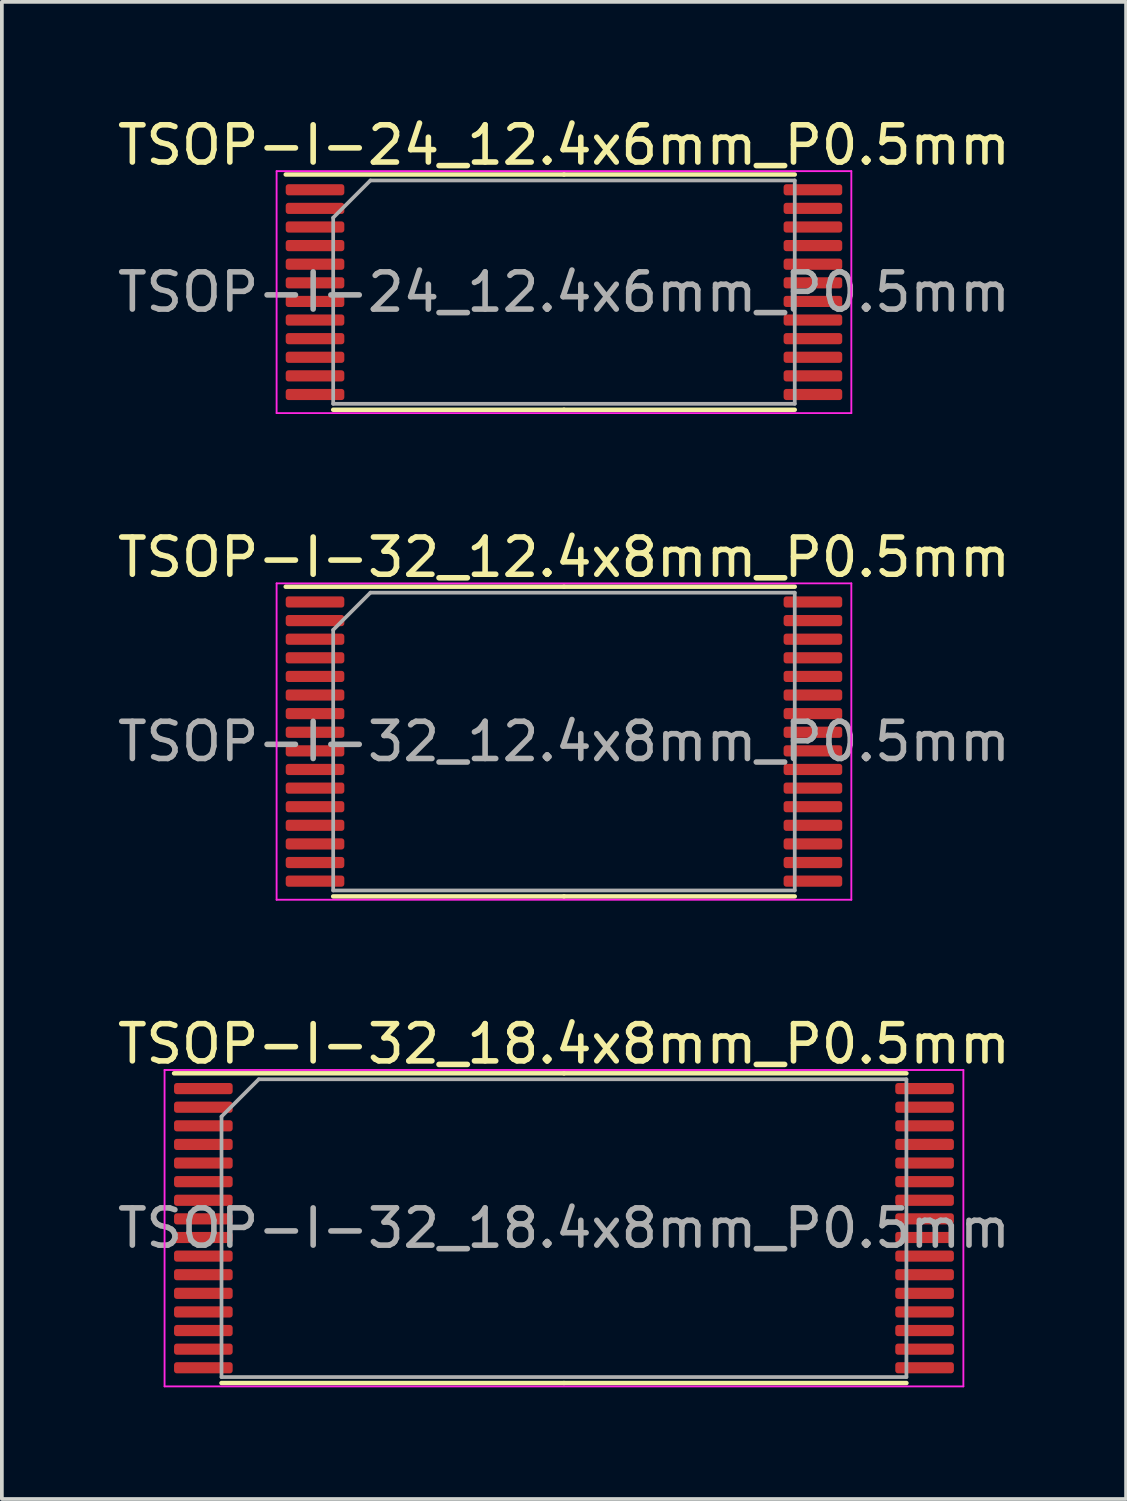
<source format=kicad_pcb>
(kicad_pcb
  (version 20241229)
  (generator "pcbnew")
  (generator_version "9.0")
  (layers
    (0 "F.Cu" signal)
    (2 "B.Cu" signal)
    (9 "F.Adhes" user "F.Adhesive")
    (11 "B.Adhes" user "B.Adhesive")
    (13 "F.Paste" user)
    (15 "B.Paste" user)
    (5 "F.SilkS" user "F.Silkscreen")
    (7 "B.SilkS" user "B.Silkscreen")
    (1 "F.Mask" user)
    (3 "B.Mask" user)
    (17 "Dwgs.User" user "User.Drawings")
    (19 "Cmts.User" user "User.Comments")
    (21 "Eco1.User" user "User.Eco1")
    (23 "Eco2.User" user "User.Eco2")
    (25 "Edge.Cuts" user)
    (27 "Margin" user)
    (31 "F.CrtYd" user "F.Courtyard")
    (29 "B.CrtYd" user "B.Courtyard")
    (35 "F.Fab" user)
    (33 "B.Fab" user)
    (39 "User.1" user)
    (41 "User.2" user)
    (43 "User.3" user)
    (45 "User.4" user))
  (footprint "TSOP-I-24_12.4x6mm_P0.5mm"
    (layer "F.Cu")
    (at 12.101 4.798)
    (property "Reference" "TSOP-I-24_12.4x6mm_P0.5mm" (at 0 -3.95 0) (layer "F.SilkS") (effects (font (size 1 1) (thickness 0.15))))
    (attr smd)
    (fp_line (start 0 -3.16) (end -7.475 -3.16) (stroke (width 0.12) (type solid)) (layer "F.SilkS"))
    (fp_line (start 0 -3.16) (end 6.2 -3.16) (stroke (width 0.12) (type solid)) (layer "F.SilkS"))
    (fp_line (start 0 3.16) (end -6.2 3.16) (stroke (width 0.12) (type solid)) (layer "F.SilkS"))
    (fp_line (start 0 3.16) (end 6.2 3.16) (stroke (width 0.12) (type solid)) (layer "F.SilkS"))
    (fp_line (start -7.72 -3.25) (end -7.72 3.25) (stroke (width 0.05) (type solid)) (layer "F.CrtYd"))
    (fp_line (start -7.72 3.25) (end 7.72 3.25) (stroke (width 0.05) (type solid)) (layer "F.CrtYd"))
    (fp_line (start 7.72 -3.25) (end -7.72 -3.25) (stroke (width 0.05) (type solid)) (layer "F.CrtYd"))
    (fp_line (start 7.72 3.25) (end 7.72 -3.25) (stroke (width 0.05) (type solid)) (layer "F.CrtYd"))
    (fp_line (start -6.2 -2) (end -5.2 -3) (stroke (width 0.1) (type solid)) (layer "F.Fab"))
    (fp_line (start -6.2 3) (end -6.2 -2) (stroke (width 0.1) (type solid)) (layer "F.Fab"))
    (fp_line (start -5.2 -3) (end 6.2 -3) (stroke (width 0.1) (type solid)) (layer "F.Fab"))
    (fp_line (start 6.2 -3) (end 6.2 3) (stroke (width 0.1) (type solid)) (layer "F.Fab"))
    (fp_line (start 6.2 3) (end -6.2 3) (stroke (width 0.1) (type solid)) (layer "F.Fab"))
    (fp_text user "${REFERENCE}" (at 0 0 0) (layer "F.Fab") (effects (font (size 1 1) (thickness 0.15))))
    (pad "1" smd roundrect (at -6.688 -2.75) (size 1.575 0.3) (layers "F.Cu" "F.Mask" "F.Paste") (roundrect_rratio 0.25))
    (pad "2" smd roundrect (at -6.688 -2.25) (size 1.575 0.3) (layers "F.Cu" "F.Mask" "F.Paste") (roundrect_rratio 0.25))
    (pad "3" smd roundrect (at -6.688 -1.75) (size 1.575 0.3) (layers "F.Cu" "F.Mask" "F.Paste") (roundrect_rratio 0.25))
    (pad "4" smd roundrect (at -6.688 -1.25) (size 1.575 0.3) (layers "F.Cu" "F.Mask" "F.Paste") (roundrect_rratio 0.25))
    (pad "5" smd roundrect (at -6.688 -0.75) (size 1.575 0.3) (layers "F.Cu" "F.Mask" "F.Paste") (roundrect_rratio 0.25))
    (pad "6" smd roundrect (at -6.688 -0.25) (size 1.575 0.3) (layers "F.Cu" "F.Mask" "F.Paste") (roundrect_rratio 0.25))
    (pad "7" smd roundrect (at -6.688 0.25) (size 1.575 0.3) (layers "F.Cu" "F.Mask" "F.Paste") (roundrect_rratio 0.25))
    (pad "8" smd roundrect (at -6.688 0.75) (size 1.575 0.3) (layers "F.Cu" "F.Mask" "F.Paste") (roundrect_rratio 0.25))
    (pad "9" smd roundrect (at -6.688 1.25) (size 1.575 0.3) (layers "F.Cu" "F.Mask" "F.Paste") (roundrect_rratio 0.25))
    (pad "10" smd roundrect (at -6.688 1.75) (size 1.575 0.3) (layers "F.Cu" "F.Mask" "F.Paste") (roundrect_rratio 0.25))
    (pad "11" smd roundrect (at -6.688 2.25) (size 1.575 0.3) (layers "F.Cu" "F.Mask" "F.Paste") (roundrect_rratio 0.25))
    (pad "12" smd roundrect (at -6.688 2.75) (size 1.575 0.3) (layers "F.Cu" "F.Mask" "F.Paste") (roundrect_rratio 0.25))
    (pad "13" smd roundrect (at 6.688 2.75) (size 1.575 0.3) (layers "F.Cu" "F.Mask" "F.Paste") (roundrect_rratio 0.25))
    (pad "14" smd roundrect (at 6.688 2.25) (size 1.575 0.3) (layers "F.Cu" "F.Mask" "F.Paste") (roundrect_rratio 0.25))
    (pad "15" smd roundrect (at 6.688 1.75) (size 1.575 0.3) (layers "F.Cu" "F.Mask" "F.Paste") (roundrect_rratio 0.25))
    (pad "16" smd roundrect (at 6.688 1.25) (size 1.575 0.3) (layers "F.Cu" "F.Mask" "F.Paste") (roundrect_rratio 0.25))
    (pad "17" smd roundrect (at 6.688 0.75) (size 1.575 0.3) (layers "F.Cu" "F.Mask" "F.Paste") (roundrect_rratio 0.25))
    (pad "18" smd roundrect (at 6.688 0.25) (size 1.575 0.3) (layers "F.Cu" "F.Mask" "F.Paste") (roundrect_rratio 0.25))
    (pad "19" smd roundrect (at 6.688 -0.25) (size 1.575 0.3) (layers "F.Cu" "F.Mask" "F.Paste") (roundrect_rratio 0.25))
    (pad "20" smd roundrect (at 6.688 -0.75) (size 1.575 0.3) (layers "F.Cu" "F.Mask" "F.Paste") (roundrect_rratio 0.25))
    (pad "21" smd roundrect (at 6.688 -1.25) (size 1.575 0.3) (layers "F.Cu" "F.Mask" "F.Paste") (roundrect_rratio 0.25))
    (pad "22" smd roundrect (at 6.688 -1.75) (size 1.575 0.3) (layers "F.Cu" "F.Mask" "F.Paste") (roundrect_rratio 0.25))
    (pad "23" smd roundrect (at 6.688 -2.25) (size 1.575 0.3) (layers "F.Cu" "F.Mask" "F.Paste") (roundrect_rratio 0.25))
    (pad "24" smd roundrect (at 6.688 -2.75) (size 1.575 0.3) (layers "F.Cu" "F.Mask" "F.Paste") (roundrect_rratio 0.25)))
  (footprint "TSOP-I-32_18.4x8mm_P0.5mm"
    (layer "F.Cu")
    (at 12.101 29.945)
    (property "Reference" "TSOP-I-32_18.4x8mm_P0.5mm" (at 0 -4.95 0) (layer "F.SilkS") (effects (font (size 1 1) (thickness 0.15))))
    (attr smd)
    (fp_line (start 0 -4.16) (end -10.475 -4.16) (stroke (width 0.12) (type solid)) (layer "F.SilkS"))
    (fp_line (start 0 -4.16) (end 9.2 -4.16) (stroke (width 0.12) (type solid)) (layer "F.SilkS"))
    (fp_line (start 0 4.16) (end -9.2 4.16) (stroke (width 0.12) (type solid)) (layer "F.SilkS"))
    (fp_line (start 0 4.16) (end 9.2 4.16) (stroke (width 0.12) (type solid)) (layer "F.SilkS"))
    (fp_line (start -10.73 -4.25) (end -10.73 4.25) (stroke (width 0.05) (type solid)) (layer "F.CrtYd"))
    (fp_line (start -10.73 4.25) (end 10.73 4.25) (stroke (width 0.05) (type solid)) (layer "F.CrtYd"))
    (fp_line (start 10.73 -4.25) (end -10.73 -4.25) (stroke (width 0.05) (type solid)) (layer "F.CrtYd"))
    (fp_line (start 10.73 4.25) (end 10.73 -4.25) (stroke (width 0.05) (type solid)) (layer "F.CrtYd"))
    (fp_line (start -9.2 -3) (end -8.2 -4) (stroke (width 0.1) (type solid)) (layer "F.Fab"))
    (fp_line (start -9.2 4) (end -9.2 -3) (stroke (width 0.1) (type solid)) (layer "F.Fab"))
    (fp_line (start -8.2 -4) (end 9.2 -4) (stroke (width 0.1) (type solid)) (layer "F.Fab"))
    (fp_line (start 9.2 -4) (end 9.2 4) (stroke (width 0.1) (type solid)) (layer "F.Fab"))
    (fp_line (start 9.2 4) (end -9.2 4) (stroke (width 0.1) (type solid)) (layer "F.Fab"))
    (fp_text user "${REFERENCE}" (at 0 0 0) (layer "F.Fab") (effects (font (size 1 1) (thickness 0.15))))
    (pad "1" smd roundrect (at -9.688 -3.75) (size 1.575 0.3) (layers "F.Cu" "F.Mask" "F.Paste") (roundrect_rratio 0.25))
    (pad "2" smd roundrect (at -9.688 -3.25) (size 1.575 0.3) (layers "F.Cu" "F.Mask" "F.Paste") (roundrect_rratio 0.25))
    (pad "3" smd roundrect (at -9.688 -2.75) (size 1.575 0.3) (layers "F.Cu" "F.Mask" "F.Paste") (roundrect_rratio 0.25))
    (pad "4" smd roundrect (at -9.688 -2.25) (size 1.575 0.3) (layers "F.Cu" "F.Mask" "F.Paste") (roundrect_rratio 0.25))
    (pad "5" smd roundrect (at -9.688 -1.75) (size 1.575 0.3) (layers "F.Cu" "F.Mask" "F.Paste") (roundrect_rratio 0.25))
    (pad "6" smd roundrect (at -9.688 -1.25) (size 1.575 0.3) (layers "F.Cu" "F.Mask" "F.Paste") (roundrect_rratio 0.25))
    (pad "7" smd roundrect (at -9.688 -0.75) (size 1.575 0.3) (layers "F.Cu" "F.Mask" "F.Paste") (roundrect_rratio 0.25))
    (pad "8" smd roundrect (at -9.688 -0.25) (size 1.575 0.3) (layers "F.Cu" "F.Mask" "F.Paste") (roundrect_rratio 0.25))
    (pad "9" smd roundrect (at -9.688 0.25) (size 1.575 0.3) (layers "F.Cu" "F.Mask" "F.Paste") (roundrect_rratio 0.25))
    (pad "10" smd roundrect (at -9.688 0.75) (size 1.575 0.3) (layers "F.Cu" "F.Mask" "F.Paste") (roundrect_rratio 0.25))
    (pad "11" smd roundrect (at -9.688 1.25) (size 1.575 0.3) (layers "F.Cu" "F.Mask" "F.Paste") (roundrect_rratio 0.25))
    (pad "12" smd roundrect (at -9.688 1.75) (size 1.575 0.3) (layers "F.Cu" "F.Mask" "F.Paste") (roundrect_rratio 0.25))
    (pad "13" smd roundrect (at -9.688 2.25) (size 1.575 0.3) (layers "F.Cu" "F.Mask" "F.Paste") (roundrect_rratio 0.25))
    (pad "14" smd roundrect (at -9.688 2.75) (size 1.575 0.3) (layers "F.Cu" "F.Mask" "F.Paste") (roundrect_rratio 0.25))
    (pad "15" smd roundrect (at -9.688 3.25) (size 1.575 0.3) (layers "F.Cu" "F.Mask" "F.Paste") (roundrect_rratio 0.25))
    (pad "16" smd roundrect (at -9.688 3.75) (size 1.575 0.3) (layers "F.Cu" "F.Mask" "F.Paste") (roundrect_rratio 0.25))
    (pad "17" smd roundrect (at 9.688 3.75) (size 1.575 0.3) (layers "F.Cu" "F.Mask" "F.Paste") (roundrect_rratio 0.25))
    (pad "18" smd roundrect (at 9.688 3.25) (size 1.575 0.3) (layers "F.Cu" "F.Mask" "F.Paste") (roundrect_rratio 0.25))
    (pad "19" smd roundrect (at 9.688 2.75) (size 1.575 0.3) (layers "F.Cu" "F.Mask" "F.Paste") (roundrect_rratio 0.25))
    (pad "20" smd roundrect (at 9.688 2.25) (size 1.575 0.3) (layers "F.Cu" "F.Mask" "F.Paste") (roundrect_rratio 0.25))
    (pad "21" smd roundrect (at 9.688 1.75) (size 1.575 0.3) (layers "F.Cu" "F.Mask" "F.Paste") (roundrect_rratio 0.25))
    (pad "22" smd roundrect (at 9.688 1.25) (size 1.575 0.3) (layers "F.Cu" "F.Mask" "F.Paste") (roundrect_rratio 0.25))
    (pad "23" smd roundrect (at 9.688 0.75) (size 1.575 0.3) (layers "F.Cu" "F.Mask" "F.Paste") (roundrect_rratio 0.25))
    (pad "24" smd roundrect (at 9.688 0.25) (size 1.575 0.3) (layers "F.Cu" "F.Mask" "F.Paste") (roundrect_rratio 0.25))
    (pad "25" smd roundrect (at 9.688 -0.25) (size 1.575 0.3) (layers "F.Cu" "F.Mask" "F.Paste") (roundrect_rratio 0.25))
    (pad "26" smd roundrect (at 9.688 -0.75) (size 1.575 0.3) (layers "F.Cu" "F.Mask" "F.Paste") (roundrect_rratio 0.25))
    (pad "27" smd roundrect (at 9.688 -1.25) (size 1.575 0.3) (layers "F.Cu" "F.Mask" "F.Paste") (roundrect_rratio 0.25))
    (pad "28" smd roundrect (at 9.688 -1.75) (size 1.575 0.3) (layers "F.Cu" "F.Mask" "F.Paste") (roundrect_rratio 0.25))
    (pad "29" smd roundrect (at 9.688 -2.25) (size 1.575 0.3) (layers "F.Cu" "F.Mask" "F.Paste") (roundrect_rratio 0.25))
    (pad "30" smd roundrect (at 9.688 -2.75) (size 1.575 0.3) (layers "F.Cu" "F.Mask" "F.Paste") (roundrect_rratio 0.25))
    (pad "31" smd roundrect (at 9.688 -3.25) (size 1.575 0.3) (layers "F.Cu" "F.Mask" "F.Paste") (roundrect_rratio 0.25))
    (pad "32" smd roundrect (at 9.688 -3.75) (size 1.575 0.3) (layers "F.Cu" "F.Mask" "F.Paste") (roundrect_rratio 0.25)))
  (footprint "TSOP-I-32_12.4x8mm_P0.5mm"
    (layer "F.Cu")
    (at 12.101 16.872)
    (property "Reference" "TSOP-I-32_12.4x8mm_P0.5mm" (at 0 -4.95 0) (layer "F.SilkS") (effects (font (size 1 1) (thickness 0.15))))
    (attr smd)
    (fp_line (start 0 -4.16) (end -7.475 -4.16) (stroke (width 0.12) (type solid)) (layer "F.SilkS"))
    (fp_line (start 0 -4.16) (end 6.2 -4.16) (stroke (width 0.12) (type solid)) (layer "F.SilkS"))
    (fp_line (start 0 4.16) (end -6.2 4.16) (stroke (width 0.12) (type solid)) (layer "F.SilkS"))
    (fp_line (start 0 4.16) (end 6.2 4.16) (stroke (width 0.12) (type solid)) (layer "F.SilkS"))
    (fp_line (start -7.72 -4.25) (end -7.72 4.25) (stroke (width 0.05) (type solid)) (layer "F.CrtYd"))
    (fp_line (start -7.72 4.25) (end 7.72 4.25) (stroke (width 0.05) (type solid)) (layer "F.CrtYd"))
    (fp_line (start 7.72 -4.25) (end -7.72 -4.25) (stroke (width 0.05) (type solid)) (layer "F.CrtYd"))
    (fp_line (start 7.72 4.25) (end 7.72 -4.25) (stroke (width 0.05) (type solid)) (layer "F.CrtYd"))
    (fp_line (start -6.2 -3) (end -5.2 -4) (stroke (width 0.1) (type solid)) (layer "F.Fab"))
    (fp_line (start -6.2 4) (end -6.2 -3) (stroke (width 0.1) (type solid)) (layer "F.Fab"))
    (fp_line (start -5.2 -4) (end 6.2 -4) (stroke (width 0.1) (type solid)) (layer "F.Fab"))
    (fp_line (start 6.2 -4) (end 6.2 4) (stroke (width 0.1) (type solid)) (layer "F.Fab"))
    (fp_line (start 6.2 4) (end -6.2 4) (stroke (width 0.1) (type solid)) (layer "F.Fab"))
    (fp_text user "${REFERENCE}" (at 0 0 0) (layer "F.Fab") (effects (font (size 1 1) (thickness 0.15))))
    (pad "1" smd roundrect (at -6.688 -3.75) (size 1.575 0.3) (layers "F.Cu" "F.Mask" "F.Paste") (roundrect_rratio 0.25))
    (pad "2" smd roundrect (at -6.688 -3.25) (size 1.575 0.3) (layers "F.Cu" "F.Mask" "F.Paste") (roundrect_rratio 0.25))
    (pad "3" smd roundrect (at -6.688 -2.75) (size 1.575 0.3) (layers "F.Cu" "F.Mask" "F.Paste") (roundrect_rratio 0.25))
    (pad "4" smd roundrect (at -6.688 -2.25) (size 1.575 0.3) (layers "F.Cu" "F.Mask" "F.Paste") (roundrect_rratio 0.25))
    (pad "5" smd roundrect (at -6.688 -1.75) (size 1.575 0.3) (layers "F.Cu" "F.Mask" "F.Paste") (roundrect_rratio 0.25))
    (pad "6" smd roundrect (at -6.688 -1.25) (size 1.575 0.3) (layers "F.Cu" "F.Mask" "F.Paste") (roundrect_rratio 0.25))
    (pad "7" smd roundrect (at -6.688 -0.75) (size 1.575 0.3) (layers "F.Cu" "F.Mask" "F.Paste") (roundrect_rratio 0.25))
    (pad "8" smd roundrect (at -6.688 -0.25) (size 1.575 0.3) (layers "F.Cu" "F.Mask" "F.Paste") (roundrect_rratio 0.25))
    (pad "9" smd roundrect (at -6.688 0.25) (size 1.575 0.3) (layers "F.Cu" "F.Mask" "F.Paste") (roundrect_rratio 0.25))
    (pad "10" smd roundrect (at -6.688 0.75) (size 1.575 0.3) (layers "F.Cu" "F.Mask" "F.Paste") (roundrect_rratio 0.25))
    (pad "11" smd roundrect (at -6.688 1.25) (size 1.575 0.3) (layers "F.Cu" "F.Mask" "F.Paste") (roundrect_rratio 0.25))
    (pad "12" smd roundrect (at -6.688 1.75) (size 1.575 0.3) (layers "F.Cu" "F.Mask" "F.Paste") (roundrect_rratio 0.25))
    (pad "13" smd roundrect (at -6.688 2.25) (size 1.575 0.3) (layers "F.Cu" "F.Mask" "F.Paste") (roundrect_rratio 0.25))
    (pad "14" smd roundrect (at -6.688 2.75) (size 1.575 0.3) (layers "F.Cu" "F.Mask" "F.Paste") (roundrect_rratio 0.25))
    (pad "15" smd roundrect (at -6.688 3.25) (size 1.575 0.3) (layers "F.Cu" "F.Mask" "F.Paste") (roundrect_rratio 0.25))
    (pad "16" smd roundrect (at -6.688 3.75) (size 1.575 0.3) (layers "F.Cu" "F.Mask" "F.Paste") (roundrect_rratio 0.25))
    (pad "17" smd roundrect (at 6.688 3.75) (size 1.575 0.3) (layers "F.Cu" "F.Mask" "F.Paste") (roundrect_rratio 0.25))
    (pad "18" smd roundrect (at 6.688 3.25) (size 1.575 0.3) (layers "F.Cu" "F.Mask" "F.Paste") (roundrect_rratio 0.25))
    (pad "19" smd roundrect (at 6.688 2.75) (size 1.575 0.3) (layers "F.Cu" "F.Mask" "F.Paste") (roundrect_rratio 0.25))
    (pad "20" smd roundrect (at 6.688 2.25) (size 1.575 0.3) (layers "F.Cu" "F.Mask" "F.Paste") (roundrect_rratio 0.25))
    (pad "21" smd roundrect (at 6.688 1.75) (size 1.575 0.3) (layers "F.Cu" "F.Mask" "F.Paste") (roundrect_rratio 0.25))
    (pad "22" smd roundrect (at 6.688 1.25) (size 1.575 0.3) (layers "F.Cu" "F.Mask" "F.Paste") (roundrect_rratio 0.25))
    (pad "23" smd roundrect (at 6.688 0.75) (size 1.575 0.3) (layers "F.Cu" "F.Mask" "F.Paste") (roundrect_rratio 0.25))
    (pad "24" smd roundrect (at 6.688 0.25) (size 1.575 0.3) (layers "F.Cu" "F.Mask" "F.Paste") (roundrect_rratio 0.25))
    (pad "25" smd roundrect (at 6.688 -0.25) (size 1.575 0.3) (layers "F.Cu" "F.Mask" "F.Paste") (roundrect_rratio 0.25))
    (pad "26" smd roundrect (at 6.688 -0.75) (size 1.575 0.3) (layers "F.Cu" "F.Mask" "F.Paste") (roundrect_rratio 0.25))
    (pad "27" smd roundrect (at 6.688 -1.25) (size 1.575 0.3) (layers "F.Cu" "F.Mask" "F.Paste") (roundrect_rratio 0.25))
    (pad "28" smd roundrect (at 6.688 -1.75) (size 1.575 0.3) (layers "F.Cu" "F.Mask" "F.Paste") (roundrect_rratio 0.25))
    (pad "29" smd roundrect (at 6.688 -2.25) (size 1.575 0.3) (layers "F.Cu" "F.Mask" "F.Paste") (roundrect_rratio 0.25))
    (pad "30" smd roundrect (at 6.688 -2.75) (size 1.575 0.3) (layers "F.Cu" "F.Mask" "F.Paste") (roundrect_rratio 0.25))
    (pad "31" smd roundrect (at 6.688 -3.25) (size 1.575 0.3) (layers "F.Cu" "F.Mask" "F.Paste") (roundrect_rratio 0.25))
    (pad "32" smd roundrect (at 6.688 -3.75) (size 1.575 0.3) (layers "F.Cu" "F.Mask" "F.Paste") (roundrect_rratio 0.25)))
  (gr_rect
    (start -3 -3)
    (end 27.202 37.22)
    (stroke (width 0.1) (type default))
    (fill no)
    (layer "Edge.Cuts")))
</source>
